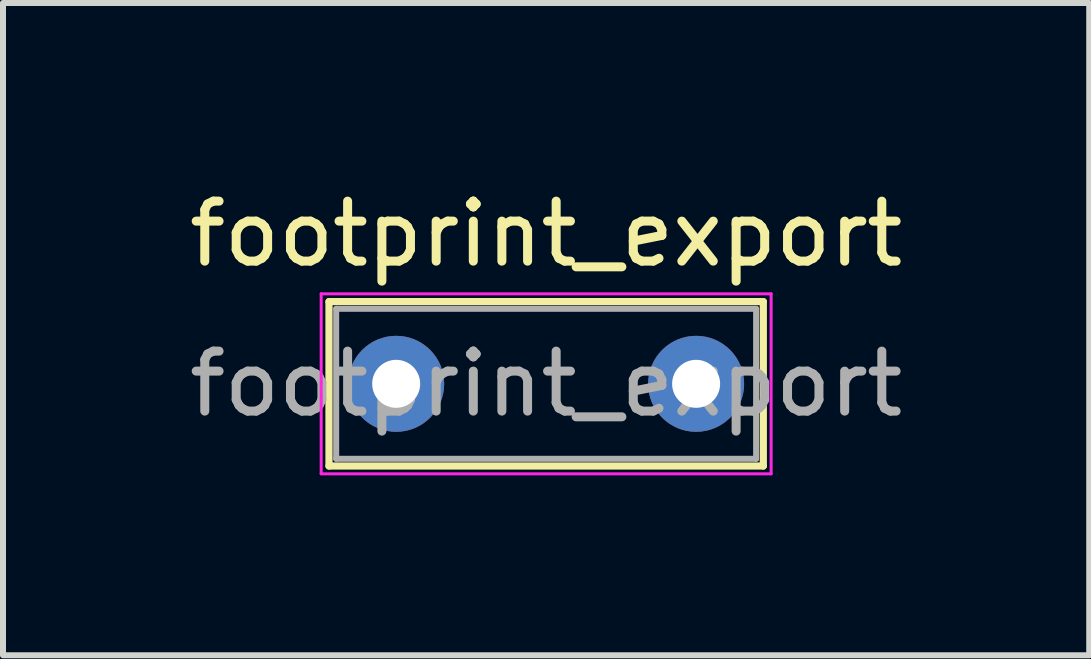
<source format=kicad_pcb>
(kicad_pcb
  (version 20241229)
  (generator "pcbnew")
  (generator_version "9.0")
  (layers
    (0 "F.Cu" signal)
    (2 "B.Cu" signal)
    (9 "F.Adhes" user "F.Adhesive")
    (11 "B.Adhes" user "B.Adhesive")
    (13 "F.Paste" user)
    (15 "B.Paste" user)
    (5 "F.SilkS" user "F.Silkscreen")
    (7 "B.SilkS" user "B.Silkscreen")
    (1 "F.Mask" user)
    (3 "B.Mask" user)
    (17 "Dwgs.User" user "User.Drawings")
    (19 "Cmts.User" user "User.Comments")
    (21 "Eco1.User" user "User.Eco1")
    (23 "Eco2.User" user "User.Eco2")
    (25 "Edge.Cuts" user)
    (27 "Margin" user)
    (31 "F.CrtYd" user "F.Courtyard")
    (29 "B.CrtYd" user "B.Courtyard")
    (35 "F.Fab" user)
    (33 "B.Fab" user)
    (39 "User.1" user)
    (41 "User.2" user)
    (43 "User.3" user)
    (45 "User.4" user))
  (footprint "footprint_export"
    (layer "F.Cu")
    (at 3.554 3.348)
    (property "Reference" "footprint_export" (at 2.5 -2.5 0) (layer "F.SilkS") (effects (font (size 1 1) (thickness 0.15))))
    (attr through_hole)
    (fp_line (start -1.12 -1.37) (end -1.12 1.37) (stroke (width 0.12) (type solid)) (layer "F.SilkS"))
    (fp_line (start -1.12 -1.37) (end 6.12 -1.37) (stroke (width 0.12) (type solid)) (layer "F.SilkS"))
    (fp_line (start -1.12 1.37) (end 6.12 1.37) (stroke (width 0.12) (type solid)) (layer "F.SilkS"))
    (fp_line (start 6.12 -1.37) (end 6.12 1.37) (stroke (width 0.12) (type solid)) (layer "F.SilkS"))
    (fp_line (start -1.25 -1.5) (end -1.25 1.5) (stroke (width 0.05) (type solid)) (layer "F.CrtYd"))
    (fp_line (start -1.25 1.5) (end 6.25 1.5) (stroke (width 0.05) (type solid)) (layer "F.CrtYd"))
    (fp_line (start 6.25 -1.5) (end -1.25 -1.5) (stroke (width 0.05) (type solid)) (layer "F.CrtYd"))
    (fp_line (start 6.25 1.5) (end 6.25 -1.5) (stroke (width 0.05) (type solid)) (layer "F.CrtYd"))
    (fp_line (start -1 -1.25) (end -1 1.25) (stroke (width 0.1) (type solid)) (layer "F.Fab"))
    (fp_line (start -1 1.25) (end 6 1.25) (stroke (width 0.1) (type solid)) (layer "F.Fab"))
    (fp_line (start 6 -1.25) (end -1 -1.25) (stroke (width 0.1) (type solid)) (layer "F.Fab"))
    (fp_line (start 6 1.25) (end 6 -1.25) (stroke (width 0.1) (type solid)) (layer "F.Fab"))
    (fp_text user "${REFERENCE}" (at 2.5 0 0) (layer "F.Fab") (effects (font (size 1 1) (thickness 0.15))))
    (pad "1" thru_hole circle (at 0 0) (size 1.6 1.6) (drill 0.8) (layers "*.Cu" "*.Mask"))
    (pad "2" thru_hole circle (at 5 0) (size 1.6 1.6) (drill 0.8) (layers "*.Cu" "*.Mask")))
  (gr_rect
    (start -3 -3)
    (end 15.107 7.873)
    (stroke (width 0.1) (type default))
    (fill no)
    (layer "Edge.Cuts")))
</source>
